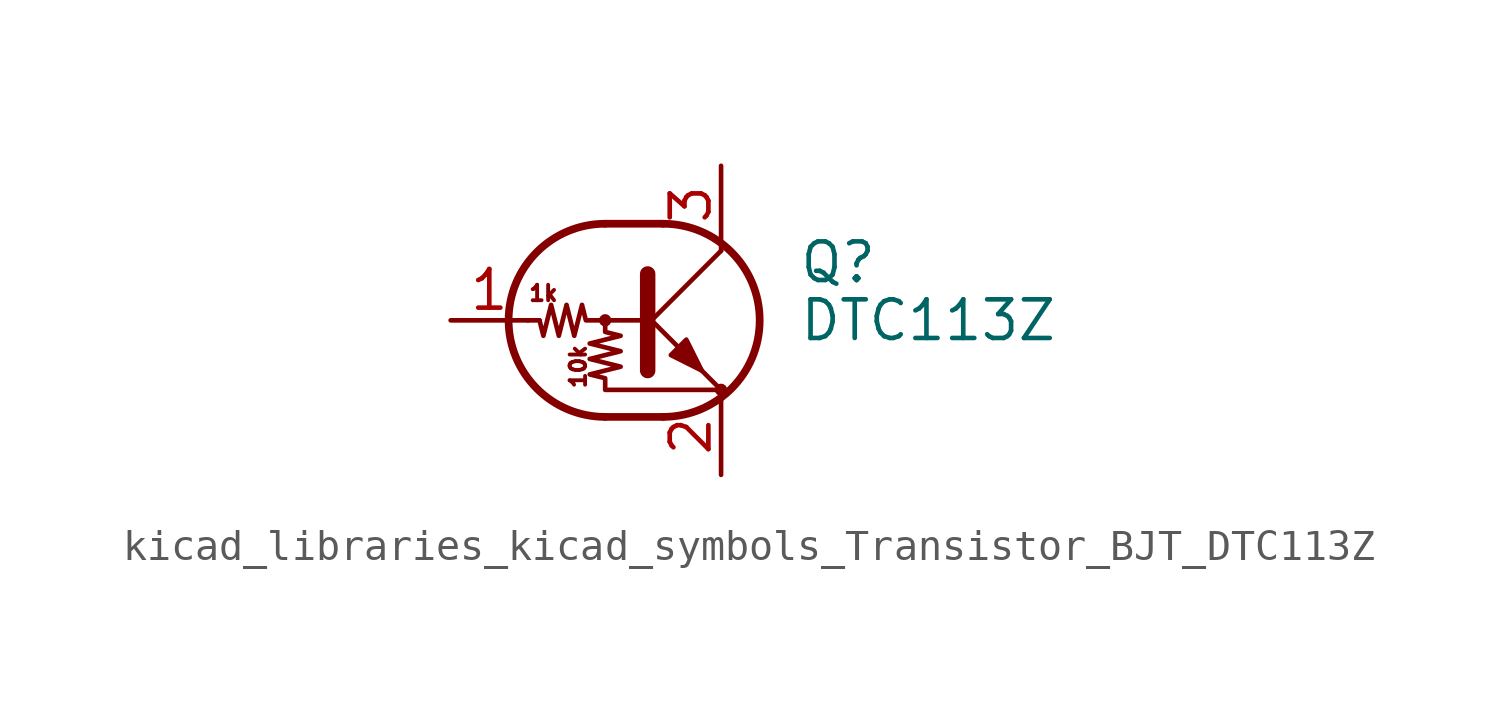
<source format=kicad_sym>
(kicad_symbol_lib
  (version 20220914)
  (generator kicad_symbol_editor)
  (symbol "kicad_libraries_kicad_symbols_Transistor_BJT_DTC113Z"
    (pin_names
      (offset 0) hide)
    (property "Reference" "Q"
      (at 5.08 1.905 0)
      (effects (font (size 1.27 1.27)) (justify left)))
    (property "Value" "DTC113Z"
      (at 5.08 0 0)
      (effects (font (size 1.27 1.27)) (justify left)))
    (symbol "kicad_libraries_kicad_symbols_Transistor_BJT_DTC113Z_0_0"
      (text "10k" (at -2.159 -1.524 900) (effects (font (size 0.508 0.508))))
      (text "1k" (at -3.302 0.889 0) (effects (font (size 0.508 0.508)))))
    (symbol "kicad_libraries_kicad_symbols_Transistor_BJT_DTC113Z_0_1"
      (circle (center -1.27 0) (radius 0.127) (stroke (width 0) (type default)) (fill (type none)))
      (arc (start -1.27 3.175) (mid -4.4312 0) (end -1.27 -3.175) (stroke (width 0.254) (type default)) (fill (type none)))
      (polyline (pts (xy -3.429 0) (xy -3.81 0)) (stroke (width 0) (type default)) (fill (type none)))
      (polyline (pts (xy -1.27 -3.175) (xy 0.635 -3.175)) (stroke (width 0.254) (type default)) (fill (type none)))
      (polyline (pts (xy -1.27 3.175) (xy 0.635 3.175)) (stroke (width 0.254) (type default)) (fill (type none)))
      (polyline (pts (xy 0 -0.254) (xy 2.54 2.286)) (stroke (width 0) (type default)) (fill (type none)))
      (polyline (pts (xy 0.127 1.524) (xy 0.127 -1.651)) (stroke (width 0.508) (type default)) (fill (type outline)))
      (polyline (pts (xy 2.54 2.286) (xy 2.54 2.54)) (stroke (width 0) (type default)) (fill (type none)))
      (polyline (pts (xy 2.54 -2.286) (xy 0 0.254) (xy 0 0.254)) (stroke (width 0) (type default)) (fill (type none)))
      (polyline (pts (xy 0.889 -1.143) (xy 1.397 -0.635) (xy 1.905 -1.651) (xy 0.889 -1.143)) (stroke (width 0) (type default)) (fill (type outline)))
      (polyline (pts (xy 0 0) (xy -1.905 0) (xy -2.032 0.508) (xy -2.286 -0.508) (xy -2.54 0.508) (xy -2.794 -0.508) (xy -3.048 0.508) (xy -3.302 -0.508) (xy -3.429 0)) (stroke (width 0) (type default)) (fill (type none)))
      (polyline (pts (xy -1.27 0) (xy -1.27 -0.381) (xy -0.762 -0.508) (xy -1.778 -0.762) (xy -0.762 -1.016) (xy -1.778 -1.27) (xy -0.762 -1.524) (xy -1.778 -1.778) (xy -1.27 -1.905) (xy -1.27 -2.286) (xy 2.54 -2.286)) (stroke (width 0) (type default)) (fill (type none)))
      (arc (start 0.635 -3.175) (mid 3.7962 0) (end 0.635 3.175) (stroke (width 0.254) (type default)) (fill (type none)))
      (circle (center 2.54 -2.286) (radius 0.127) (stroke (width 0) (type default)) (fill (type none))))
    (symbol "kicad_libraries_kicad_symbols_Transistor_BJT_DTC113Z_1_1"
      (pin input line (at -6.35 0 0) (length 2.54) (name "B" (effects (font (size 1.27 1.27)))) (number "1" (effects (font (size 1.27 1.27)))))
      (pin passive line (at 2.54 -5.08 90) (length 2.54) (name "E" (effects (font (size 1.27 1.27)))) (number "2" (effects (font (size 1.27 1.27)))))
      (pin passive line (at 2.54 5.08 270) (length 2.54) (name "C" (effects (font (size 1.27 1.27)))) (number "3" (effects (font (size 1.27 1.27))))))))
</source>
